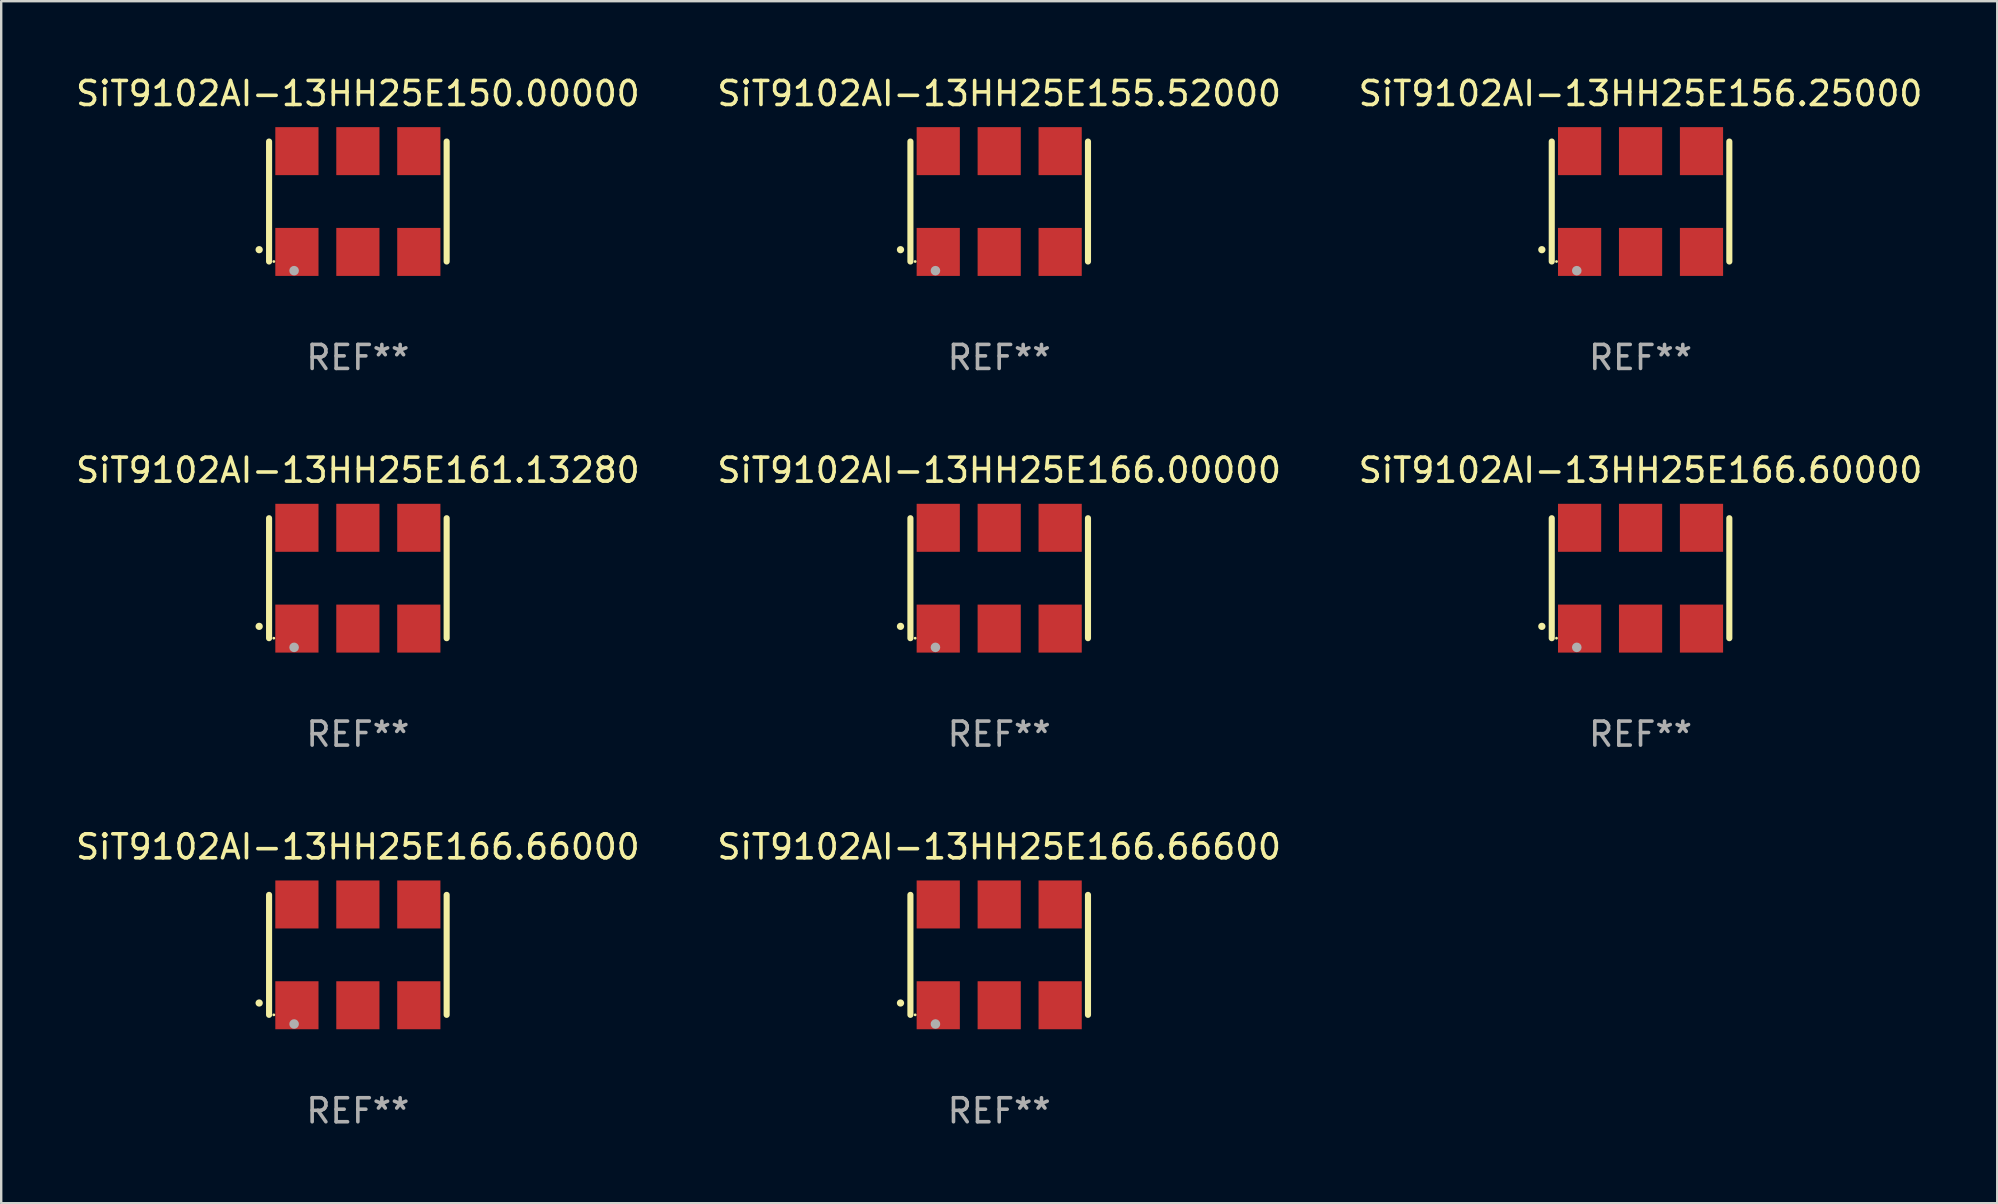
<source format=kicad_pcb>
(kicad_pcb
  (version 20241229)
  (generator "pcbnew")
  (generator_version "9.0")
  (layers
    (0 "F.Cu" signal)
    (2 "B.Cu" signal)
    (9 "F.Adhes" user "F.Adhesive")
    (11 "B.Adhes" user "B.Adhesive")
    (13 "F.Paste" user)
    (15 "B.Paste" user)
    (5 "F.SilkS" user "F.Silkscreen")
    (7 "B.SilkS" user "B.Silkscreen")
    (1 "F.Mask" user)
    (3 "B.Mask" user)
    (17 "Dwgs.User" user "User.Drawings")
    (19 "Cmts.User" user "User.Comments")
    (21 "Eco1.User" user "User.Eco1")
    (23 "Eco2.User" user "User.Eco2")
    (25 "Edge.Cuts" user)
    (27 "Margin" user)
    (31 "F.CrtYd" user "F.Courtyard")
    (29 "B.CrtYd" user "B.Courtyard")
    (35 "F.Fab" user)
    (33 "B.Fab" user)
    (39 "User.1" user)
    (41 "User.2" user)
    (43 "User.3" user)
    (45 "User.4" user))
  (footprint "SiT9102AI-13HH25E166.60000"
    (layer "F.Cu")
    (at 65.315 21.045)
    (property "Reference" "SiT9102AI-13HH25E166.60000" (at 0 -4.5 0) (layer "F.SilkS") (effects (font (size 1 1) (thickness 0.15))))
    (attr through_hole)
    (fp_line (start -3.7 -2.5) (end -3.7 2.5) (stroke (width 0.254) (type solid)) (layer "F.SilkS"))
    (fp_line (start 3.7 -2.5) (end 3.7 2.5) (stroke (width 0.254) (type solid)) (layer "F.SilkS"))
    (fp_arc (start -4.114415 2.006604) (mid -4.113145 2.006599) (end -4.111875 2.006604) (stroke (width 0.3) (type solid)) (layer "F.SilkS"))
    (fp_circle (center -3.502 2.5) (end -3.472 2.5) (stroke (width 0.06) (type solid)) (fill no) (layer "F.SilkS"))
    (fp_circle (center -2.657 2.882) (end -2.557 2.882) (stroke (width 0.2) (type solid)) (fill no) (layer "F.Fab"))
    (fp_text user "REF**" (at 0 6.5 0) (layer "F.Fab") (effects (font (size 1 1) (thickness 0.15))))
    (pad "1" smd rect (at -2.54 2.1) (size 1.8 2) (layers "F.Cu" "F.Mask" "F.Paste"))
    (pad "2" smd rect (at 0.000394 2.1) (size 1.8 2) (layers "F.Cu" "F.Mask" "F.Paste"))
    (pad "3" smd rect (at 2.54 2.1) (size 1.8 2) (layers "F.Cu" "F.Mask" "F.Paste"))
    (pad "4" smd rect (at 2.54 -2.1) (size 1.8 2) (layers "F.Cu" "F.Mask" "F.Paste"))
    (pad "5" smd rect (at 0.000394 -2.1) (size 1.8 2) (layers "F.Cu" "F.Mask" "F.Paste"))
    (pad "6" smd rect (at -2.54 -2.1) (size 1.8 2) (layers "F.Cu" "F.Mask" "F.Paste")))
  (footprint "SiT9102AI-13HH25E150.00000"
    (layer "F.Cu")
    (at 11.863 5.348)
    (property "Reference" "SiT9102AI-13HH25E150.00000" (at 0 -4.5 0) (layer "F.SilkS") (effects (font (size 1 1) (thickness 0.15))))
    (attr through_hole)
    (fp_line (start -3.7 -2.5) (end -3.7 2.5) (stroke (width 0.254) (type solid)) (layer "F.SilkS"))
    (fp_line (start 3.7 -2.5) (end 3.7 2.5) (stroke (width 0.254) (type solid)) (layer "F.SilkS"))
    (fp_arc (start -4.114415 2.006604) (mid -4.113145 2.006599) (end -4.111875 2.006604) (stroke (width 0.3) (type solid)) (layer "F.SilkS"))
    (fp_circle (center -3.502 2.5) (end -3.472 2.5) (stroke (width 0.06) (type solid)) (fill no) (layer "F.SilkS"))
    (fp_circle (center -2.657 2.882) (end -2.557 2.882) (stroke (width 0.2) (type solid)) (fill no) (layer "F.Fab"))
    (fp_text user "REF**" (at 0 6.5 0) (layer "F.Fab") (effects (font (size 1 1) (thickness 0.15))))
    (pad "1" smd rect (at -2.54 2.1) (size 1.8 2) (layers "F.Cu" "F.Mask" "F.Paste"))
    (pad "2" smd rect (at 0.000394 2.1) (size 1.8 2) (layers "F.Cu" "F.Mask" "F.Paste"))
    (pad "3" smd rect (at 2.54 2.1) (size 1.8 2) (layers "F.Cu" "F.Mask" "F.Paste"))
    (pad "4" smd rect (at 2.54 -2.1) (size 1.8 2) (layers "F.Cu" "F.Mask" "F.Paste"))
    (pad "5" smd rect (at 0.000394 -2.1) (size 1.8 2) (layers "F.Cu" "F.Mask" "F.Paste"))
    (pad "6" smd rect (at -2.54 -2.1) (size 1.8 2) (layers "F.Cu" "F.Mask" "F.Paste")))
  (footprint "SiT9102AI-13HH25E166.00000"
    (layer "F.Cu")
    (at 38.589 21.045)
    (property "Reference" "SiT9102AI-13HH25E166.00000" (at 0 -4.5 0) (layer "F.SilkS") (effects (font (size 1 1) (thickness 0.15))))
    (attr through_hole)
    (fp_line (start -3.7 -2.5) (end -3.7 2.5) (stroke (width 0.254) (type solid)) (layer "F.SilkS"))
    (fp_line (start 3.7 -2.5) (end 3.7 2.5) (stroke (width 0.254) (type solid)) (layer "F.SilkS"))
    (fp_arc (start -4.114415 2.006604) (mid -4.113145 2.006599) (end -4.111875 2.006604) (stroke (width 0.3) (type solid)) (layer "F.SilkS"))
    (fp_circle (center -3.502 2.5) (end -3.472 2.5) (stroke (width 0.06) (type solid)) (fill no) (layer "F.SilkS"))
    (fp_circle (center -2.657 2.882) (end -2.557 2.882) (stroke (width 0.2) (type solid)) (fill no) (layer "F.Fab"))
    (fp_text user "REF**" (at 0 6.5 0) (layer "F.Fab") (effects (font (size 1 1) (thickness 0.15))))
    (pad "1" smd rect (at -2.54 2.1) (size 1.8 2) (layers "F.Cu" "F.Mask" "F.Paste"))
    (pad "2" smd rect (at 0.000394 2.1) (size 1.8 2) (layers "F.Cu" "F.Mask" "F.Paste"))
    (pad "3" smd rect (at 2.54 2.1) (size 1.8 2) (layers "F.Cu" "F.Mask" "F.Paste"))
    (pad "4" smd rect (at 2.54 -2.1) (size 1.8 2) (layers "F.Cu" "F.Mask" "F.Paste"))
    (pad "5" smd rect (at 0.000394 -2.1) (size 1.8 2) (layers "F.Cu" "F.Mask" "F.Paste"))
    (pad "6" smd rect (at -2.54 -2.1) (size 1.8 2) (layers "F.Cu" "F.Mask" "F.Paste")))
  (footprint "SiT9102AI-13HH25E155.52000"
    (layer "F.Cu")
    (at 38.589 5.348)
    (property "Reference" "SiT9102AI-13HH25E155.52000" (at 0 -4.5 0) (layer "F.SilkS") (effects (font (size 1 1) (thickness 0.15))))
    (attr through_hole)
    (fp_line (start -3.7 -2.5) (end -3.7 2.5) (stroke (width 0.254) (type solid)) (layer "F.SilkS"))
    (fp_line (start 3.7 -2.5) (end 3.7 2.5) (stroke (width 0.254) (type solid)) (layer "F.SilkS"))
    (fp_arc (start -4.114415 2.006604) (mid -4.113145 2.006599) (end -4.111875 2.006604) (stroke (width 0.3) (type solid)) (layer "F.SilkS"))
    (fp_circle (center -3.502 2.5) (end -3.472 2.5) (stroke (width 0.06) (type solid)) (fill no) (layer "F.SilkS"))
    (fp_circle (center -2.657 2.882) (end -2.557 2.882) (stroke (width 0.2) (type solid)) (fill no) (layer "F.Fab"))
    (fp_text user "REF**" (at 0 6.5 0) (layer "F.Fab") (effects (font (size 1 1) (thickness 0.15))))
    (pad "1" smd rect (at -2.54 2.1) (size 1.8 2) (layers "F.Cu" "F.Mask" "F.Paste"))
    (pad "2" smd rect (at 0.000394 2.1) (size 1.8 2) (layers "F.Cu" "F.Mask" "F.Paste"))
    (pad "3" smd rect (at 2.54 2.1) (size 1.8 2) (layers "F.Cu" "F.Mask" "F.Paste"))
    (pad "4" smd rect (at 2.54 -2.1) (size 1.8 2) (layers "F.Cu" "F.Mask" "F.Paste"))
    (pad "5" smd rect (at 0.000394 -2.1) (size 1.8 2) (layers "F.Cu" "F.Mask" "F.Paste"))
    (pad "6" smd rect (at -2.54 -2.1) (size 1.8 2) (layers "F.Cu" "F.Mask" "F.Paste")))
  (footprint "SiT9102AI-13HH25E166.66000"
    (layer "F.Cu")
    (at 11.863 36.741)
    (property "Reference" "SiT9102AI-13HH25E166.66000" (at 0 -4.5 0) (layer "F.SilkS") (effects (font (size 1 1) (thickness 0.15))))
    (attr through_hole)
    (fp_line (start -3.7 -2.5) (end -3.7 2.5) (stroke (width 0.254) (type solid)) (layer "F.SilkS"))
    (fp_line (start 3.7 -2.5) (end 3.7 2.5) (stroke (width 0.254) (type solid)) (layer "F.SilkS"))
    (fp_arc (start -4.114415 2.006604) (mid -4.113145 2.006599) (end -4.111875 2.006604) (stroke (width 0.3) (type solid)) (layer "F.SilkS"))
    (fp_circle (center -3.502 2.5) (end -3.472 2.5) (stroke (width 0.06) (type solid)) (fill no) (layer "F.SilkS"))
    (fp_circle (center -2.657 2.882) (end -2.557 2.882) (stroke (width 0.2) (type solid)) (fill no) (layer "F.Fab"))
    (fp_text user "REF**" (at 0 6.5 0) (layer "F.Fab") (effects (font (size 1 1) (thickness 0.15))))
    (pad "1" smd rect (at -2.54 2.1) (size 1.8 2) (layers "F.Cu" "F.Mask" "F.Paste"))
    (pad "2" smd rect (at 0.000394 2.1) (size 1.8 2) (layers "F.Cu" "F.Mask" "F.Paste"))
    (pad "3" smd rect (at 2.54 2.1) (size 1.8 2) (layers "F.Cu" "F.Mask" "F.Paste"))
    (pad "4" smd rect (at 2.54 -2.1) (size 1.8 2) (layers "F.Cu" "F.Mask" "F.Paste"))
    (pad "5" smd rect (at 0.000394 -2.1) (size 1.8 2) (layers "F.Cu" "F.Mask" "F.Paste"))
    (pad "6" smd rect (at -2.54 -2.1) (size 1.8 2) (layers "F.Cu" "F.Mask" "F.Paste")))
  (footprint "SiT9102AI-13HH25E166.66600"
    (layer "F.Cu")
    (at 38.589 36.741)
    (property "Reference" "SiT9102AI-13HH25E166.66600" (at 0 -4.5 0) (layer "F.SilkS") (effects (font (size 1 1) (thickness 0.15))))
    (attr through_hole)
    (fp_line (start -3.7 -2.5) (end -3.7 2.5) (stroke (width 0.254) (type solid)) (layer "F.SilkS"))
    (fp_line (start 3.7 -2.5) (end 3.7 2.5) (stroke (width 0.254) (type solid)) (layer "F.SilkS"))
    (fp_arc (start -4.114415 2.006604) (mid -4.113145 2.006599) (end -4.111875 2.006604) (stroke (width 0.3) (type solid)) (layer "F.SilkS"))
    (fp_circle (center -3.502 2.5) (end -3.472 2.5) (stroke (width 0.06) (type solid)) (fill no) (layer "F.SilkS"))
    (fp_circle (center -2.657 2.882) (end -2.557 2.882) (stroke (width 0.2) (type solid)) (fill no) (layer "F.Fab"))
    (fp_text user "REF**" (at 0 6.5 0) (layer "F.Fab") (effects (font (size 1 1) (thickness 0.15))))
    (pad "1" smd rect (at -2.54 2.1) (size 1.8 2) (layers "F.Cu" "F.Mask" "F.Paste"))
    (pad "2" smd rect (at 0.000394 2.1) (size 1.8 2) (layers "F.Cu" "F.Mask" "F.Paste"))
    (pad "3" smd rect (at 2.54 2.1) (size 1.8 2) (layers "F.Cu" "F.Mask" "F.Paste"))
    (pad "4" smd rect (at 2.54 -2.1) (size 1.8 2) (layers "F.Cu" "F.Mask" "F.Paste"))
    (pad "5" smd rect (at 0.000394 -2.1) (size 1.8 2) (layers "F.Cu" "F.Mask" "F.Paste"))
    (pad "6" smd rect (at -2.54 -2.1) (size 1.8 2) (layers "F.Cu" "F.Mask" "F.Paste")))
  (footprint "SiT9102AI-13HH25E161.13280"
    (layer "F.Cu")
    (at 11.863 21.045)
    (property "Reference" "SiT9102AI-13HH25E161.13280" (at 0 -4.5 0) (layer "F.SilkS") (effects (font (size 1 1) (thickness 0.15))))
    (attr through_hole)
    (fp_line (start -3.7 -2.5) (end -3.7 2.5) (stroke (width 0.254) (type solid)) (layer "F.SilkS"))
    (fp_line (start 3.7 -2.5) (end 3.7 2.5) (stroke (width 0.254) (type solid)) (layer "F.SilkS"))
    (fp_arc (start -4.114415 2.006604) (mid -4.113145 2.006599) (end -4.111875 2.006604) (stroke (width 0.3) (type solid)) (layer "F.SilkS"))
    (fp_circle (center -3.502 2.5) (end -3.472 2.5) (stroke (width 0.06) (type solid)) (fill no) (layer "F.SilkS"))
    (fp_circle (center -2.657 2.882) (end -2.557 2.882) (stroke (width 0.2) (type solid)) (fill no) (layer "F.Fab"))
    (fp_text user "REF**" (at 0 6.5 0) (layer "F.Fab") (effects (font (size 1 1) (thickness 0.15))))
    (pad "1" smd rect (at -2.54 2.1) (size 1.8 2) (layers "F.Cu" "F.Mask" "F.Paste"))
    (pad "2" smd rect (at 0.000394 2.1) (size 1.8 2) (layers "F.Cu" "F.Mask" "F.Paste"))
    (pad "3" smd rect (at 2.54 2.1) (size 1.8 2) (layers "F.Cu" "F.Mask" "F.Paste"))
    (pad "4" smd rect (at 2.54 -2.1) (size 1.8 2) (layers "F.Cu" "F.Mask" "F.Paste"))
    (pad "5" smd rect (at 0.000394 -2.1) (size 1.8 2) (layers "F.Cu" "F.Mask" "F.Paste"))
    (pad "6" smd rect (at -2.54 -2.1) (size 1.8 2) (layers "F.Cu" "F.Mask" "F.Paste")))
  (footprint "SiT9102AI-13HH25E156.25000"
    (layer "F.Cu")
    (at 65.315 5.348)
    (property "Reference" "SiT9102AI-13HH25E156.25000" (at 0 -4.5 0) (layer "F.SilkS") (effects (font (size 1 1) (thickness 0.15))))
    (attr through_hole)
    (fp_line (start -3.7 -2.5) (end -3.7 2.5) (stroke (width 0.254) (type solid)) (layer "F.SilkS"))
    (fp_line (start 3.7 -2.5) (end 3.7 2.5) (stroke (width 0.254) (type solid)) (layer "F.SilkS"))
    (fp_arc (start -4.114415 2.006604) (mid -4.113145 2.006599) (end -4.111875 2.006604) (stroke (width 0.3) (type solid)) (layer "F.SilkS"))
    (fp_circle (center -3.502 2.5) (end -3.472 2.5) (stroke (width 0.06) (type solid)) (fill no) (layer "F.SilkS"))
    (fp_circle (center -2.657 2.882) (end -2.557 2.882) (stroke (width 0.2) (type solid)) (fill no) (layer "F.Fab"))
    (fp_text user "REF**" (at 0 6.5 0) (layer "F.Fab") (effects (font (size 1 1) (thickness 0.15))))
    (pad "1" smd rect (at -2.54 2.1) (size 1.8 2) (layers "F.Cu" "F.Mask" "F.Paste"))
    (pad "2" smd rect (at 0.000394 2.1) (size 1.8 2) (layers "F.Cu" "F.Mask" "F.Paste"))
    (pad "3" smd rect (at 2.54 2.1) (size 1.8 2) (layers "F.Cu" "F.Mask" "F.Paste"))
    (pad "4" smd rect (at 2.54 -2.1) (size 1.8 2) (layers "F.Cu" "F.Mask" "F.Paste"))
    (pad "5" smd rect (at 0.000394 -2.1) (size 1.8 2) (layers "F.Cu" "F.Mask" "F.Paste"))
    (pad "6" smd rect (at -2.54 -2.1) (size 1.8 2) (layers "F.Cu" "F.Mask" "F.Paste")))
  (gr_rect
    (start -3 -3)
    (end 80.179 47.09)
    (stroke (width 0.1) (type default))
    (fill no)
    (layer "Edge.Cuts")))
</source>
